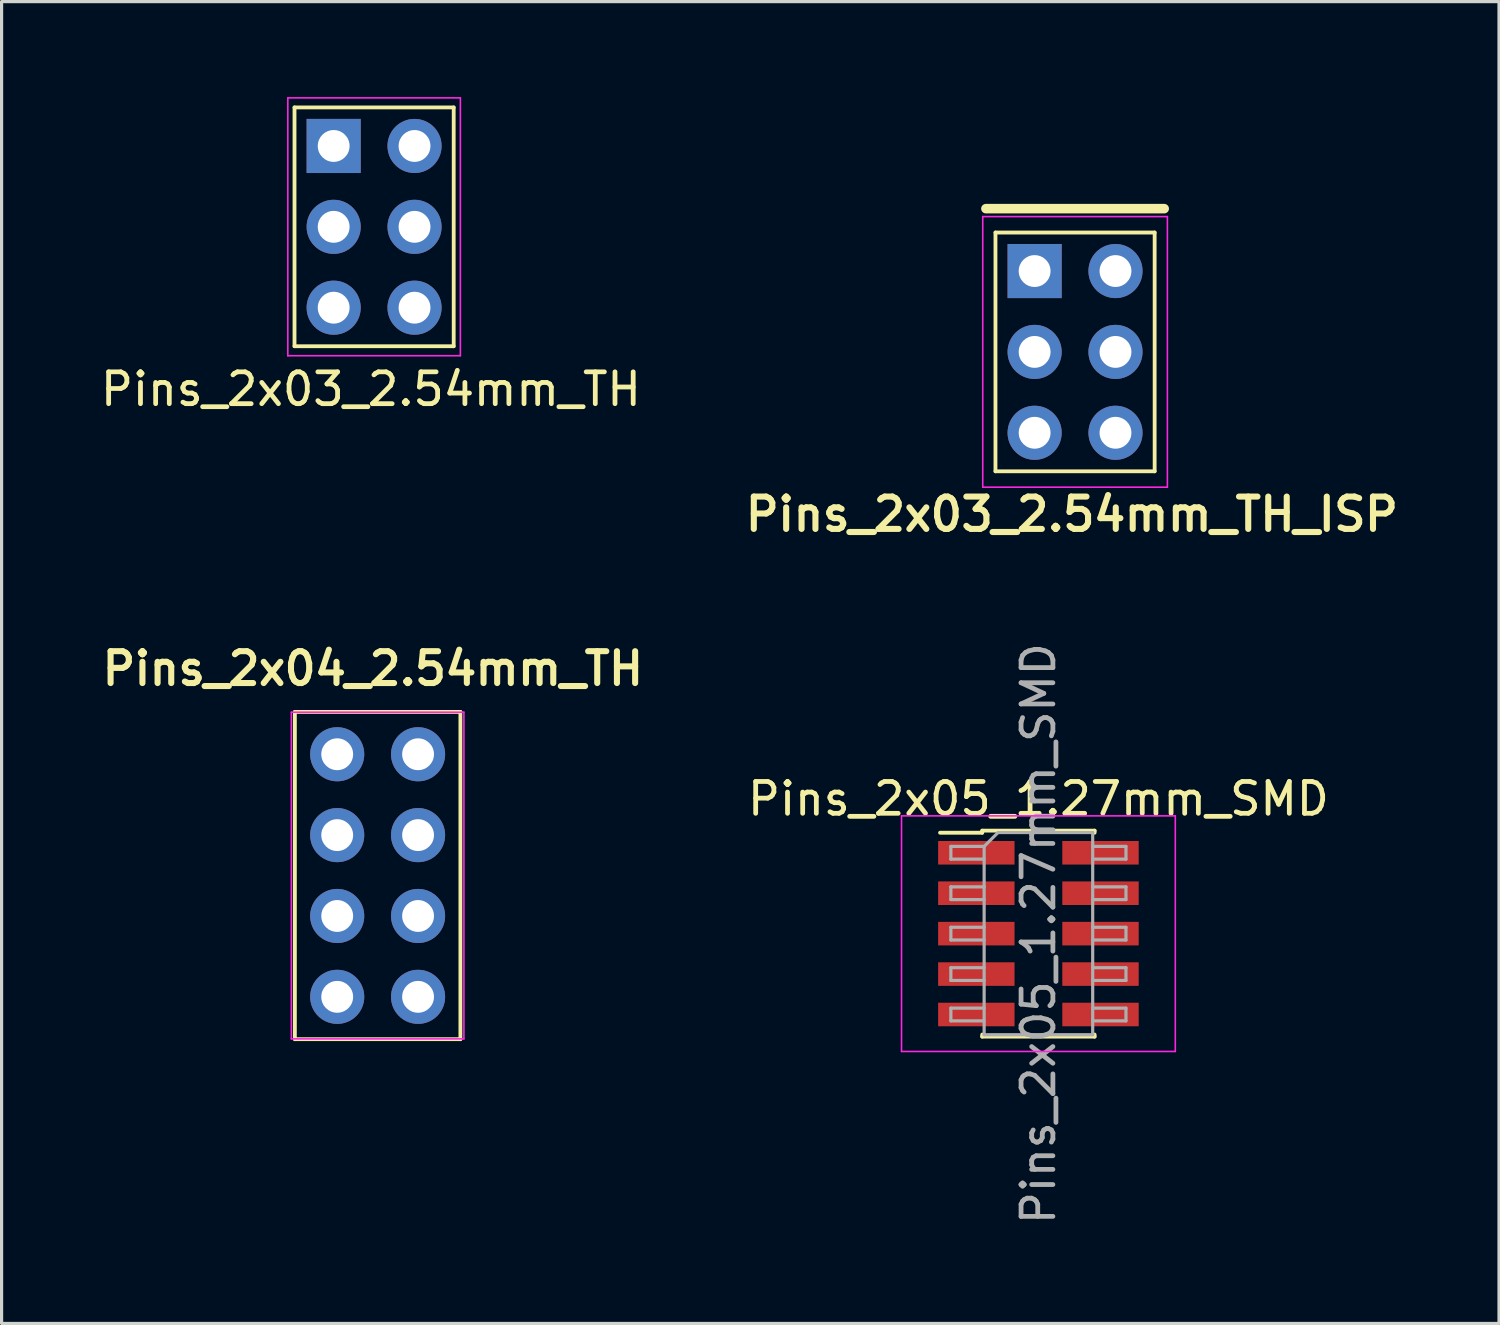
<source format=kicad_pcb>
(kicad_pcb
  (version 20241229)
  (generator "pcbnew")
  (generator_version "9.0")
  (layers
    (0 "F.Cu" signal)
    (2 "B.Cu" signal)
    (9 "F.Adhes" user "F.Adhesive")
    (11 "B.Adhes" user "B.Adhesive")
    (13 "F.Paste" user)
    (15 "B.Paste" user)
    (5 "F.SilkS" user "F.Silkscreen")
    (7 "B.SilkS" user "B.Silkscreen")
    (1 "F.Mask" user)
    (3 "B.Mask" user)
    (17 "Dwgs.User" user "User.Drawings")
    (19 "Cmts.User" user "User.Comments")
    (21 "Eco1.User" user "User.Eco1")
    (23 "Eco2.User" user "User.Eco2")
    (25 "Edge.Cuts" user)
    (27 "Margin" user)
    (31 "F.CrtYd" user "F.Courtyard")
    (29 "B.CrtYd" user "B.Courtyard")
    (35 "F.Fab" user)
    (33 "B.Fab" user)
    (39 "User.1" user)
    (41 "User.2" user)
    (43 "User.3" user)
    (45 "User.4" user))
  (footprint "Pins_2x03_2.54mm_TH_ISP"
    (layer "F.Cu")
    (at 30.719 8.004)
    (property "Reference" "Pins_2x03_2.54mm_TH_ISP" (at -0.1 5.1 180) (layer "F.SilkS") (effects (font (size 1.016 1.016) (thickness 0.191))))
    (attr through_hole)
    (fp_line (start -2.8 -4.5) (end 2.8 -4.5) (stroke (width 0.3) (type solid)) (layer "F.SilkS"))
    (fp_line (start -2.5 3.75) (end -2.5 -3.75) (stroke (width 0.12) (type solid)) (layer "F.SilkS"))
    (fp_line (start 2.5 -3.75) (end -2.5 -3.75) (stroke (width 0.12) (type solid)) (layer "F.SilkS"))
    (fp_line (start 2.5 3.75) (end -2.5 3.75) (stroke (width 0.12) (type solid)) (layer "F.SilkS"))
    (fp_line (start 2.5 3.75) (end 2.5 -3.75) (stroke (width 0.12) (type solid)) (layer "F.SilkS"))
    (fp_line (start -2.9 -4.25) (end 2.9 -4.25) (stroke (width 0.05) (type solid)) (layer "F.CrtYd"))
    (fp_line (start -2.9 4.25) (end -2.9 -4.25) (stroke (width 0.05) (type solid)) (layer "F.CrtYd"))
    (fp_line (start -2.9 4.25) (end 2.9 4.25) (stroke (width 0.05) (type solid)) (layer "F.CrtYd"))
    (fp_line (start 2.9 4.25) (end 2.9 -4.25) (stroke (width 0.05) (type solid)) (layer "F.CrtYd"))
    (fp_text user "" (at -0.27 -7.67 0) (layer "F.SilkS") (effects (font (size 1.016 1.016) (thickness 0.191))))
    (pad "1" thru_hole rect (at -1.27 -2.54 180) (size 1.7 1.7) (drill 1) (layers "*.Cu" "*.Mask"))
    (pad "2" thru_hole oval (at 1.27 -2.54 180) (size 1.7 1.7) (drill 1) (layers "*.Cu" "*.Mask"))
    (pad "3" thru_hole oval (at -1.27 0 180) (size 1.7 1.7) (drill 1) (layers "*.Cu" "*.Mask"))
    (pad "4" thru_hole oval (at 1.27 0 180) (size 1.7 1.7) (drill 1) (layers "*.Cu" "*.Mask"))
    (pad "5" thru_hole oval (at -1.27 2.54 180) (size 1.7 1.7) (drill 1) (layers "*.Cu" "*.Mask"))
    (pad "6" thru_hole oval (at 1.27 2.54 180) (size 1.7 1.7) (drill 1) (layers "*.Cu" "*.Mask")))
  (footprint "Pins_2x03_2.54mm_TH"
    (layer "F.Cu")
    (at 8.701 4.075)
    (property "Reference" "Pins_2x03_2.54mm_TH" (at -0.1 5.1 180) (layer "F.SilkS") (effects (font (size 1 1) (thickness 0.15))))
    (attr through_hole)
    (fp_line (start -2.5 3.75) (end -2.5 -3.75) (stroke (width 0.12) (type solid)) (layer "F.SilkS"))
    (fp_line (start 2.5 -3.75) (end -2.5 -3.75) (stroke (width 0.12) (type solid)) (layer "F.SilkS"))
    (fp_line (start 2.5 3.75) (end -2.5 3.75) (stroke (width 0.12) (type solid)) (layer "F.SilkS"))
    (fp_line (start 2.5 3.75) (end 2.5 -3.75) (stroke (width 0.12) (type solid)) (layer "F.SilkS"))
    (fp_line (start -2.71 -4.05) (end 2.71 -4.05) (stroke (width 0.05) (type solid)) (layer "F.CrtYd"))
    (fp_line (start -2.71 4.05) (end -2.71 -4.05) (stroke (width 0.05) (type solid)) (layer "F.CrtYd"))
    (fp_line (start -2.71 4.05) (end 2.71 4.05) (stroke (width 0.05) (type solid)) (layer "F.CrtYd"))
    (fp_line (start 2.71 4.05) (end 2.71 -4.05) (stroke (width 0.05) (type solid)) (layer "F.CrtYd"))
    (pad "1" thru_hole rect (at -1.27 -2.54 180) (size 1.7 1.7) (drill 1) (layers "*.Cu" "*.Mask"))
    (pad "2" thru_hole oval (at 1.27 -2.54 180) (size 1.7 1.7) (drill 1) (layers "*.Cu" "*.Mask"))
    (pad "3" thru_hole oval (at -1.27 0 180) (size 1.7 1.7) (drill 1) (layers "*.Cu" "*.Mask"))
    (pad "4" thru_hole oval (at 1.27 0 180) (size 1.7 1.7) (drill 1) (layers "*.Cu" "*.Mask"))
    (pad "5" thru_hole oval (at -1.27 2.54 180) (size 1.7 1.7) (drill 1) (layers "*.Cu" "*.Mask"))
    (pad "6" thru_hole oval (at 1.27 2.54 180) (size 1.7 1.7) (drill 1) (layers "*.Cu" "*.Mask")))
  (footprint "Pins_2x05_1.27mm_SMD"
    (layer "F.Cu")
    (at 29.568 26.277)
    (property "Reference" "Pins_2x05_1.27mm_SMD" (at 0 -4.235 0) (layer "F.SilkS") (effects (font (size 1 1) (thickness 0.15))))
    (attr smd)
    (fp_line (start -3.09 -3.17) (end -1.765 -3.17) (stroke (width 0.12) (type solid)) (layer "F.SilkS"))
    (fp_line (start -1.765 -3.235) (end -1.765 -3.17) (stroke (width 0.12) (type solid)) (layer "F.SilkS"))
    (fp_line (start -1.765 -3.235) (end 1.765 -3.235) (stroke (width 0.12) (type solid)) (layer "F.SilkS"))
    (fp_line (start -1.765 3.17) (end -1.765 3.235) (stroke (width 0.12) (type solid)) (layer "F.SilkS"))
    (fp_line (start -1.765 3.235) (end 1.765 3.235) (stroke (width 0.12) (type solid)) (layer "F.SilkS"))
    (fp_line (start 1.765 -3.235) (end 1.765 -3.17) (stroke (width 0.12) (type solid)) (layer "F.SilkS"))
    (fp_line (start 1.765 3.17) (end 1.765 3.235) (stroke (width 0.12) (type solid)) (layer "F.SilkS"))
    (fp_line (start -4.3 -3.7) (end -4.3 3.7) (stroke (width 0.05) (type solid)) (layer "F.CrtYd"))
    (fp_line (start -4.3 3.7) (end 4.3 3.7) (stroke (width 0.05) (type solid)) (layer "F.CrtYd"))
    (fp_line (start 4.3 -3.7) (end -4.3 -3.7) (stroke (width 0.05) (type solid)) (layer "F.CrtYd"))
    (fp_line (start 4.3 3.7) (end 4.3 -3.7) (stroke (width 0.05) (type solid)) (layer "F.CrtYd"))
    (fp_line (start -2.75 -2.74) (end -2.75 -2.34) (stroke (width 0.1) (type solid)) (layer "F.Fab"))
    (fp_line (start -2.75 -2.34) (end -1.705 -2.34) (stroke (width 0.1) (type solid)) (layer "F.Fab"))
    (fp_line (start -2.75 -1.47) (end -2.75 -1.07) (stroke (width 0.1) (type solid)) (layer "F.Fab"))
    (fp_line (start -2.75 -1.07) (end -1.705 -1.07) (stroke (width 0.1) (type solid)) (layer "F.Fab"))
    (fp_line (start -2.75 -0.2) (end -2.75 0.2) (stroke (width 0.1) (type solid)) (layer "F.Fab"))
    (fp_line (start -2.75 0.2) (end -1.705 0.2) (stroke (width 0.1) (type solid)) (layer "F.Fab"))
    (fp_line (start -2.75 1.07) (end -2.75 1.47) (stroke (width 0.1) (type solid)) (layer "F.Fab"))
    (fp_line (start -2.75 1.47) (end -1.705 1.47) (stroke (width 0.1) (type solid)) (layer "F.Fab"))
    (fp_line (start -2.75 2.34) (end -2.75 2.74) (stroke (width 0.1) (type solid)) (layer "F.Fab"))
    (fp_line (start -2.75 2.74) (end -1.705 2.74) (stroke (width 0.1) (type solid)) (layer "F.Fab"))
    (fp_line (start -1.705 -2.74) (end -2.75 -2.74) (stroke (width 0.1) (type solid)) (layer "F.Fab"))
    (fp_line (start -1.705 -2.74) (end -1.27 -3.175) (stroke (width 0.1) (type solid)) (layer "F.Fab"))
    (fp_line (start -1.705 -1.47) (end -2.75 -1.47) (stroke (width 0.1) (type solid)) (layer "F.Fab"))
    (fp_line (start -1.705 -0.2) (end -2.75 -0.2) (stroke (width 0.1) (type solid)) (layer "F.Fab"))
    (fp_line (start -1.705 1.07) (end -2.75 1.07) (stroke (width 0.1) (type solid)) (layer "F.Fab"))
    (fp_line (start -1.705 2.34) (end -2.75 2.34) (stroke (width 0.1) (type solid)) (layer "F.Fab"))
    (fp_line (start -1.705 3.175) (end -1.705 -2.74) (stroke (width 0.1) (type solid)) (layer "F.Fab"))
    (fp_line (start -1.27 -3.175) (end 1.705 -3.175) (stroke (width 0.1) (type solid)) (layer "F.Fab"))
    (fp_line (start 1.705 -3.175) (end 1.705 3.175) (stroke (width 0.1) (type solid)) (layer "F.Fab"))
    (fp_line (start 1.705 -2.74) (end 2.75 -2.74) (stroke (width 0.1) (type solid)) (layer "F.Fab"))
    (fp_line (start 1.705 -1.47) (end 2.75 -1.47) (stroke (width 0.1) (type solid)) (layer "F.Fab"))
    (fp_line (start 1.705 -0.2) (end 2.75 -0.2) (stroke (width 0.1) (type solid)) (layer "F.Fab"))
    (fp_line (start 1.705 1.07) (end 2.75 1.07) (stroke (width 0.1) (type solid)) (layer "F.Fab"))
    (fp_line (start 1.705 2.34) (end 2.75 2.34) (stroke (width 0.1) (type solid)) (layer "F.Fab"))
    (fp_line (start 1.705 3.175) (end -1.705 3.175) (stroke (width 0.1) (type solid)) (layer "F.Fab"))
    (fp_line (start 2.75 -2.74) (end 2.75 -2.34) (stroke (width 0.1) (type solid)) (layer "F.Fab"))
    (fp_line (start 2.75 -2.34) (end 1.705 -2.34) (stroke (width 0.1) (type solid)) (layer "F.Fab"))
    (fp_line (start 2.75 -1.47) (end 2.75 -1.07) (stroke (width 0.1) (type solid)) (layer "F.Fab"))
    (fp_line (start 2.75 -1.07) (end 1.705 -1.07) (stroke (width 0.1) (type solid)) (layer "F.Fab"))
    (fp_line (start 2.75 -0.2) (end 2.75 0.2) (stroke (width 0.1) (type solid)) (layer "F.Fab"))
    (fp_line (start 2.75 0.2) (end 1.705 0.2) (stroke (width 0.1) (type solid)) (layer "F.Fab"))
    (fp_line (start 2.75 1.07) (end 2.75 1.47) (stroke (width 0.1) (type solid)) (layer "F.Fab"))
    (fp_line (start 2.75 1.47) (end 1.705 1.47) (stroke (width 0.1) (type solid)) (layer "F.Fab"))
    (fp_line (start 2.75 2.34) (end 2.75 2.74) (stroke (width 0.1) (type solid)) (layer "F.Fab"))
    (fp_line (start 2.75 2.74) (end 1.705 2.74) (stroke (width 0.1) (type solid)) (layer "F.Fab"))
    (fp_text user "${REFERENCE}" (at 0 0 90) (layer "F.Fab") (effects (font (size 1 1) (thickness 0.15))))
    (pad "1" smd rect (at -1.95 -2.54) (size 2.4 0.74) (layers "F.Cu" "F.Mask" "F.Paste"))
    (pad "2" smd rect (at 1.95 -2.54) (size 2.4 0.74) (layers "F.Cu" "F.Mask" "F.Paste"))
    (pad "3" smd rect (at -1.95 -1.27) (size 2.4 0.74) (layers "F.Cu" "F.Mask" "F.Paste"))
    (pad "4" smd rect (at 1.95 -1.27) (size 2.4 0.74) (layers "F.Cu" "F.Mask" "F.Paste"))
    (pad "5" smd rect (at -1.95 0) (size 2.4 0.74) (layers "F.Cu" "F.Mask" "F.Paste"))
    (pad "6" smd rect (at 1.95 0) (size 2.4 0.74) (layers "F.Cu" "F.Mask" "F.Paste"))
    (pad "7" smd rect (at -1.95 1.27) (size 2.4 0.74) (layers "F.Cu" "F.Mask" "F.Paste"))
    (pad "8" smd rect (at 1.95 1.27) (size 2.4 0.74) (layers "F.Cu" "F.Mask" "F.Paste"))
    (pad "9" smd rect (at -1.95 2.54) (size 2.4 0.74) (layers "F.Cu" "F.Mask" "F.Paste"))
    (pad "10" smd rect (at 1.95 2.54) (size 2.4 0.74) (layers "F.Cu" "F.Mask" "F.Paste")))
  (footprint "Pins_2x04_2.54mm_TH"
    (layer "F.Cu")
    (at 8.812 24.452)
    (property "Reference" "Pins_2x04_2.54mm_TH" (at -0.15 -6.5 180) (layer "F.SilkS") (effects (font (size 1 1) (thickness 0.191))))
    (attr through_hole)
    (fp_line (start -2.6 -5.14) (end 2.6 -5.14) (stroke (width 0.12) (type solid)) (layer "F.SilkS"))
    (fp_line (start -2.6 5.14) (end -2.6 -5.14) (stroke (width 0.12) (type solid)) (layer "F.SilkS"))
    (fp_line (start 2.6 -5.14) (end 2.6 5.14) (stroke (width 0.12) (type solid)) (layer "F.SilkS"))
    (fp_line (start 2.6 5.14) (end -2.6 5.14) (stroke (width 0.12) (type solid)) (layer "F.SilkS"))
    (fp_line (start -2.71 -5.13) (end -2.71 5.13) (stroke (width 0.05) (type solid)) (layer "F.CrtYd"))
    (fp_line (start -2.71 5.13) (end 2.71 5.13) (stroke (width 0.05) (type solid)) (layer "F.CrtYd"))
    (fp_line (start 2.71 -5.13) (end -2.71 -5.13) (stroke (width 0.05) (type solid)) (layer "F.CrtYd"))
    (fp_line (start 2.71 5.13) (end 2.71 -5.13) (stroke (width 0.05) (type solid)) (layer "F.CrtYd"))
    (pad "1" thru_hole circle (at -1.27 -3.81 180) (size 1.7 1.7) (drill 1) (layers "*.Cu" "*.Mask"))
    (pad "2" thru_hole circle (at 1.27 -3.81 180) (size 1.7 1.7) (drill 1) (layers "*.Cu" "*.Mask"))
    (pad "3" thru_hole oval (at -1.27 -1.27 180) (size 1.7 1.7) (drill 1) (layers "*.Cu" "*.Mask"))
    (pad "4" thru_hole oval (at 1.27 -1.27 180) (size 1.7 1.7) (drill 1) (layers "*.Cu" "*.Mask"))
    (pad "5" thru_hole oval (at -1.27 1.27 180) (size 1.7 1.7) (drill 1) (layers "*.Cu" "*.Mask"))
    (pad "6" thru_hole oval (at 1.27 1.27 180) (size 1.7 1.7) (drill 1) (layers "*.Cu" "*.Mask"))
    (pad "7" thru_hole circle (at -1.27 3.81 180) (size 1.7 1.7) (drill 1) (layers "*.Cu" "*.Mask"))
    (pad "8" thru_hole circle (at 1.27 3.81 180) (size 1.7 1.7) (drill 1) (layers "*.Cu" "*.Mask")))
  (gr_rect
    (start -3 -3)
    (end 44.036 38.521)
    (stroke (width 0.1) (type default))
    (fill no)
    (layer "Edge.Cuts")))
</source>
